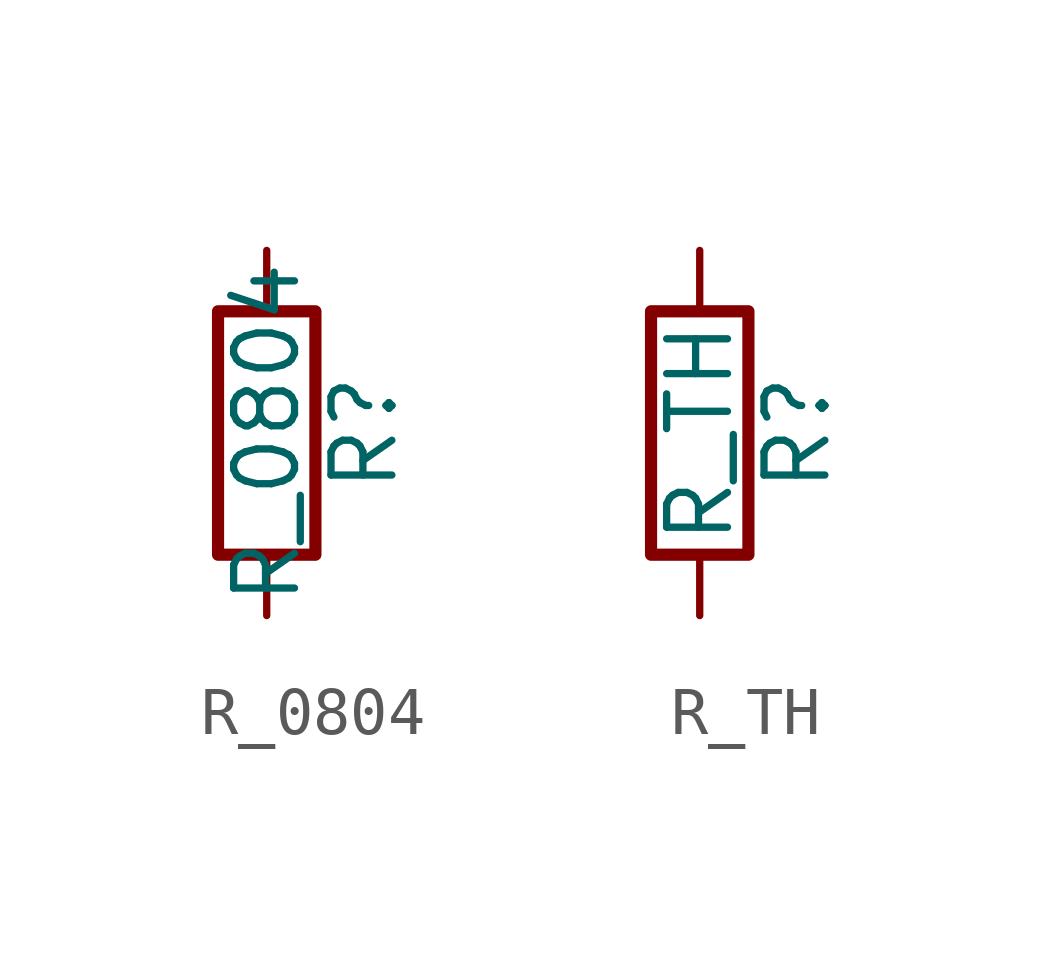
<source format=kicad_sym>
(kicad_symbol_lib
  (version 20220914)
  (generator kicad_symbol_editor)
  (symbol "R_0804"
    (pin_numbers hide)
    (pin_names
      (offset 0))
    (property "Reference" "R"
      (at 2.032 0 90)
      (effects (font (size 1.27 1.27))))
    (property "Value" "R_0804"
      (at 0 0 90)
      (effects (font (size 1.27 1.27))))
    (symbol "R_0804_0_1"
      (rectangle (start -1.016 -2.54) (end 1.016 2.54) (stroke (width 0.254) (type default)) (fill (type none))))
    (symbol "R_0804_1_1"
      (pin passive line (at 0 3.81 270) (length 1.27) (name "~" (effects (font (size 1.27 1.27)))) (number "1" (effects (font (size 1.27 1.27)))))
      (pin passive line (at 0 -3.81 90) (length 1.27) (name "~" (effects (font (size 1.27 1.27)))) (number "2" (effects (font (size 1.27 1.27)))))))
  (symbol "R_TH"
    (pin_numbers hide)
    (pin_names
      (offset 0))
    (property "Reference" "R"
      (at 2.032 0 90)
      (effects (font (size 1.27 1.27))))
    (property "Value" "R_TH"
      (at 0 0 90)
      (effects (font (size 1.27 1.27))))
    (symbol "R_TH_0_1"
      (rectangle (start -1.016 -2.54) (end 1.016 2.54) (stroke (width 0.254) (type default)) (fill (type none))))
    (symbol "R_TH_1_1"
      (pin passive line (at 0 3.81 270) (length 1.27) (name "~" (effects (font (size 1.27 1.27)))) (number "1" (effects (font (size 1.27 1.27)))))
      (pin passive line (at 0 -3.81 90) (length 1.27) (name "~" (effects (font (size 1.27 1.27)))) (number "2" (effects (font (size 1.27 1.27))))))))
</source>
